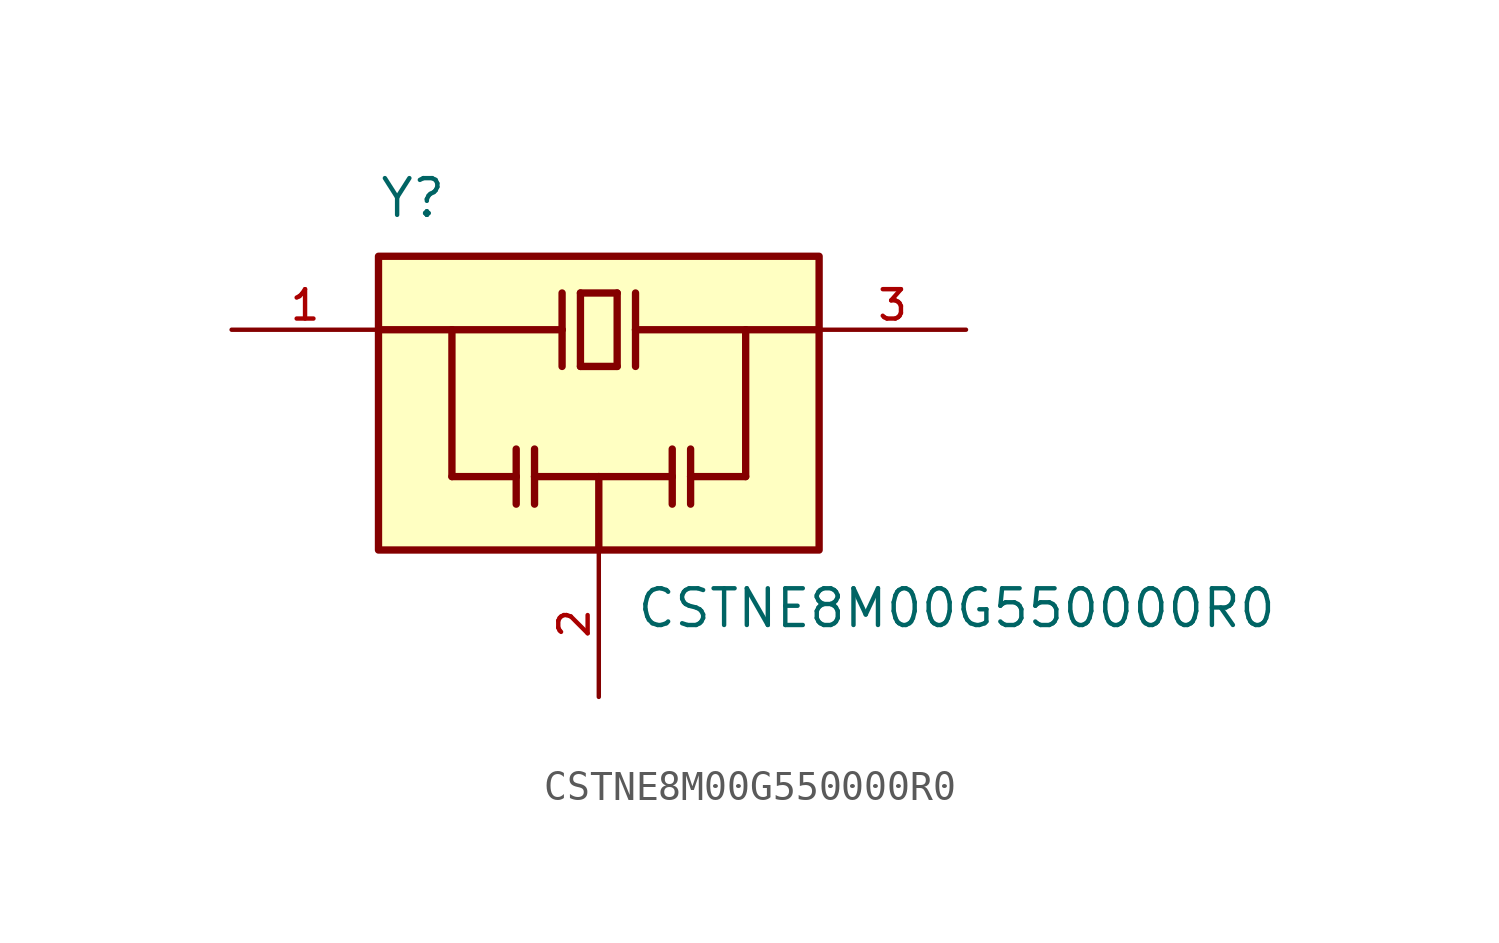
<source format=kicad_sym>
(kicad_symbol_lib
  (version 20211014)
  (generator kicad_symbol_editor)
  (symbol "CSTNE8M00G550000R0"
    (pin_names
      (offset 1.016))
    (property "Reference" "Y"
      (at -7.62 6.35 0)
      (effects (font (size 1.27 1.27)) (justify bottom left)))
    (property "Value" "CSTNE8M00G550000R0"
      (at 1.27 -6.35 0.0)
      (effects (font (size 1.27 1.27)) (justify top left)))
    (symbol "CSTNE8M00G550000R0_0_0"
      (polyline (pts (xy -1.27 3.81) (xy -1.27 2.54)) (stroke (width 0.254)))
      (polyline (pts (xy -1.27 2.54) (xy -1.27 1.27)) (stroke (width 0.254)))
      (polyline (pts (xy -0.635 1.27) (xy -0.635 3.81)) (stroke (width 0.254)))
      (polyline (pts (xy -0.635 3.81) (xy 0.635 3.81)) (stroke (width 0.254)))
      (polyline (pts (xy 0.635 3.81) (xy 0.635 1.27)) (stroke (width 0.254)))
      (polyline (pts (xy 0.635 1.27) (xy -0.635 1.27)) (stroke (width 0.254)))
      (polyline (pts (xy 1.27 3.81) (xy 1.27 2.54)) (stroke (width 0.254)))
      (polyline (pts (xy 1.27 2.54) (xy 1.27 1.27)) (stroke (width 0.254)))
      (polyline (pts (xy -2.857 -1.587) (xy -2.857 -2.54)) (stroke (width 0.254)))
      (polyline (pts (xy -2.857 -2.54) (xy -2.857 -3.493)) (stroke (width 0.254)))
      (polyline (pts (xy -2.223 -1.587) (xy -2.223 -2.54)) (stroke (width 0.254)))
      (polyline (pts (xy -2.223 -2.54) (xy -2.223 -3.493)) (stroke (width 0.254)))
      (polyline (pts (xy 2.54 -1.587) (xy 2.54 -2.54)) (stroke (width 0.254)))
      (polyline (pts (xy 2.54 -2.54) (xy 2.54 -3.493)) (stroke (width 0.254)))
      (polyline (pts (xy 3.175 -1.587) (xy 3.175 -2.54)) (stroke (width 0.254)))
      (polyline (pts (xy 3.175 -2.54) (xy 3.175 -3.493)) (stroke (width 0.254)))
      (polyline (pts (xy -7.62 2.54) (xy -5.08 2.54)) (stroke (width 0.254)))
      (polyline (pts (xy -5.08 2.54) (xy -1.27 2.54)) (stroke (width 0.254)))
      (polyline (pts (xy 1.27 2.54) (xy 5.08 2.54)) (stroke (width 0.254)))
      (polyline (pts (xy 5.08 2.54) (xy 7.62 2.54)) (stroke (width 0.254)))
      (polyline (pts (xy -2.857 -2.54) (xy -5.08 -2.54)) (stroke (width 0.254)))
      (polyline (pts (xy -5.08 -2.54) (xy -5.08 2.54)) (stroke (width 0.254)))
      (polyline (pts (xy 3.175 -2.54) (xy 5.08 -2.54)) (stroke (width 0.254)))
      (polyline (pts (xy 5.08 -2.54) (xy 5.08 2.54)) (stroke (width 0.254)))
      (polyline (pts (xy 0.0 -5.08) (xy 0.0 -2.54)) (stroke (width 0.254)))
      (polyline (pts (xy 0.0 -2.54) (xy -2.223 -2.54)) (stroke (width 0.254)))
      (polyline (pts (xy 0.0 -2.54) (xy 2.54 -2.54)) (stroke (width 0.254)))
      (rectangle (start -7.62 -5.08) (end 7.62 5.08) (stroke (width 0.254)) (fill (type background)))
      (pin input line (at -12.7 2.54 0) (length 5.08) (name "~" (effects (font (size 1.016 1.016)))) (number "1" (effects (font (size 1.016 1.016)))))
      (pin output line (at 12.7 2.54 180.0) (length 5.08) (name "~" (effects (font (size 1.016 1.016)))) (number "3" (effects (font (size 1.016 1.016)))))
      (pin power_in line (at 0.0 -10.16 90.0) (length 5.08) (name "~" (effects (font (size 1.016 1.016)))) (number "2" (effects (font (size 1.016 1.016))))))))
</source>
